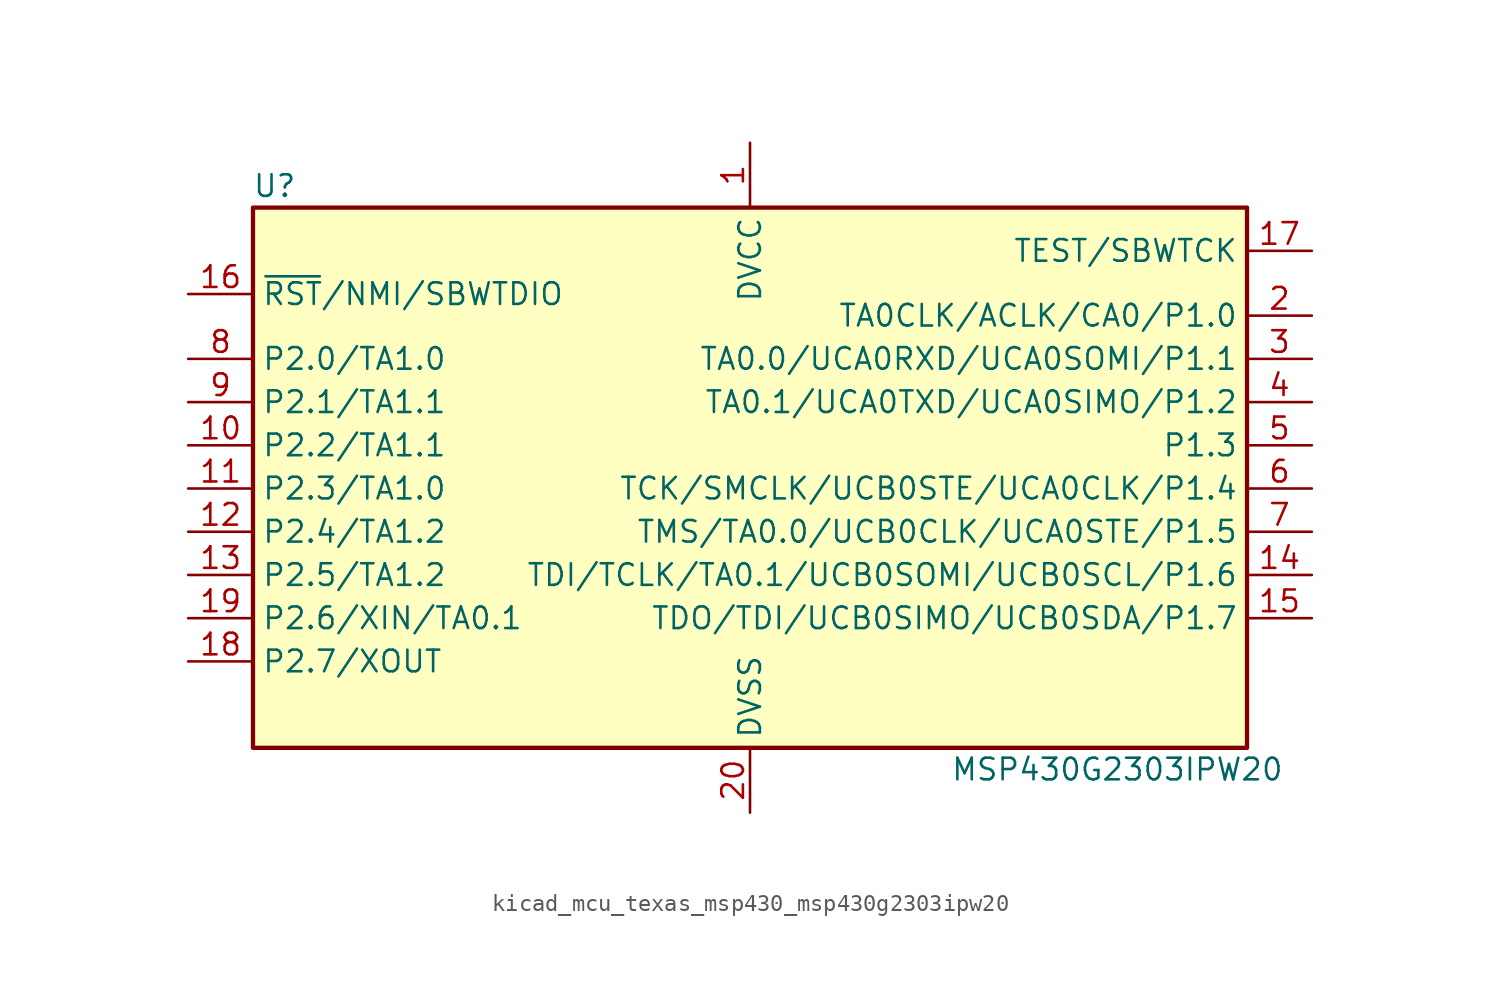
<source format=kicad_sym>
(kicad_symbol_lib
  (version 20220914)
  (generator kicad_symbol_editor)
  (symbol "kicad_mcu_texas_msp430_msp430g2303ipw20"
    (property "Reference" "U"
      (at -27.94 17.78 0)
      (effects (font (size 1.27 1.27))))
    (property "Value" "MSP430G2303IPW20"
      (at 21.59 -16.51 0)
      (effects (font (size 1.27 1.27))))
    (symbol "kicad_mcu_texas_msp430_msp430g2303ipw20_0_1"
      (rectangle (start -29.21 16.51) (end 29.21 -15.24) (stroke (width 0.254) (type default)) (fill (type background))))
    (symbol "kicad_mcu_texas_msp430_msp430g2303ipw20_1_1"
      (pin power_in line (at 0 20.32 270) (length 3.81) (name "DVCC" (effects (font (size 1.27 1.27)))) (number "1" (effects (font (size 1.27 1.27)))))
      (pin bidirectional line (at -33.02 2.54 0) (length 3.81) (name "P2.2/TA1.1" (effects (font (size 1.27 1.27)))) (number "10" (effects (font (size 1.27 1.27)))))
      (pin bidirectional line (at -33.02 0 0) (length 3.81) (name "P2.3/TA1.0" (effects (font (size 1.27 1.27)))) (number "11" (effects (font (size 1.27 1.27)))))
      (pin bidirectional line (at -33.02 -2.54 0) (length 3.81) (name "P2.4/TA1.2" (effects (font (size 1.27 1.27)))) (number "12" (effects (font (size 1.27 1.27)))))
      (pin bidirectional line (at -33.02 -5.08 0) (length 3.81) (name "P2.5/TA1.2" (effects (font (size 1.27 1.27)))) (number "13" (effects (font (size 1.27 1.27)))))
      (pin bidirectional line (at 33.02 -5.08 180) (length 3.81) (name "TDI/TCLK/TA0.1/UCB0SOMI/UCB0SCL/P1.6" (effects (font (size 1.27 1.27)))) (number "14" (effects (font (size 1.27 1.27)))))
      (pin bidirectional line (at 33.02 -7.62 180) (length 3.81) (name "TDO/TDI/UCB0SIMO/UCB0SDA/P1.7" (effects (font (size 1.27 1.27)))) (number "15" (effects (font (size 1.27 1.27)))))
      (pin input line (at -33.02 11.43 0) (length 3.81) (name "~{RST}/NMI/SBWTDIO" (effects (font (size 1.27 1.27)))) (number "16" (effects (font (size 1.27 1.27)))))
      (pin input line (at 33.02 13.97 180) (length 3.81) (name "TEST/SBWTCK" (effects (font (size 1.27 1.27)))) (number "17" (effects (font (size 1.27 1.27)))))
      (pin bidirectional line (at -33.02 -10.16 0) (length 3.81) (name "P2.7/XOUT" (effects (font (size 1.27 1.27)))) (number "18" (effects (font (size 1.27 1.27)))))
      (pin bidirectional line (at -33.02 -7.62 0) (length 3.81) (name "P2.6/XIN/TA0.1" (effects (font (size 1.27 1.27)))) (number "19" (effects (font (size 1.27 1.27)))))
      (pin bidirectional line (at 33.02 10.16 180) (length 3.81) (name "TA0CLK/ACLK/CA0/P1.0" (effects (font (size 1.27 1.27)))) (number "2" (effects (font (size 1.27 1.27)))))
      (pin power_in line (at 0 -19.05 90) (length 3.81) (name "DVSS" (effects (font (size 1.27 1.27)))) (number "20" (effects (font (size 1.27 1.27)))))
      (pin bidirectional line (at 33.02 7.62 180) (length 3.81) (name "TA0.0/UCA0RXD/UCA0SOMI/P1.1" (effects (font (size 1.27 1.27)))) (number "3" (effects (font (size 1.27 1.27)))))
      (pin bidirectional line (at 33.02 5.08 180) (length 3.81) (name "TA0.1/UCA0TXD/UCA0SIMO/P1.2" (effects (font (size 1.27 1.27)))) (number "4" (effects (font (size 1.27 1.27)))))
      (pin bidirectional line (at 33.02 2.54 180) (length 3.81) (name "P1.3" (effects (font (size 1.27 1.27)))) (number "5" (effects (font (size 1.27 1.27)))))
      (pin bidirectional line (at 33.02 0 180) (length 3.81) (name "TCK/SMCLK/UCB0STE/UCA0CLK/P1.4" (effects (font (size 1.27 1.27)))) (number "6" (effects (font (size 1.27 1.27)))))
      (pin bidirectional line (at 33.02 -2.54 180) (length 3.81) (name "TMS/TA0.0/UCB0CLK/UCA0STE/P1.5" (effects (font (size 1.27 1.27)))) (number "7" (effects (font (size 1.27 1.27)))))
      (pin bidirectional line (at -33.02 7.62 0) (length 3.81) (name "P2.0/TA1.0" (effects (font (size 1.27 1.27)))) (number "8" (effects (font (size 1.27 1.27)))))
      (pin bidirectional line (at -33.02 5.08 0) (length 3.81) (name "P2.1/TA1.1" (effects (font (size 1.27 1.27)))) (number "9" (effects (font (size 1.27 1.27))))))))
</source>
